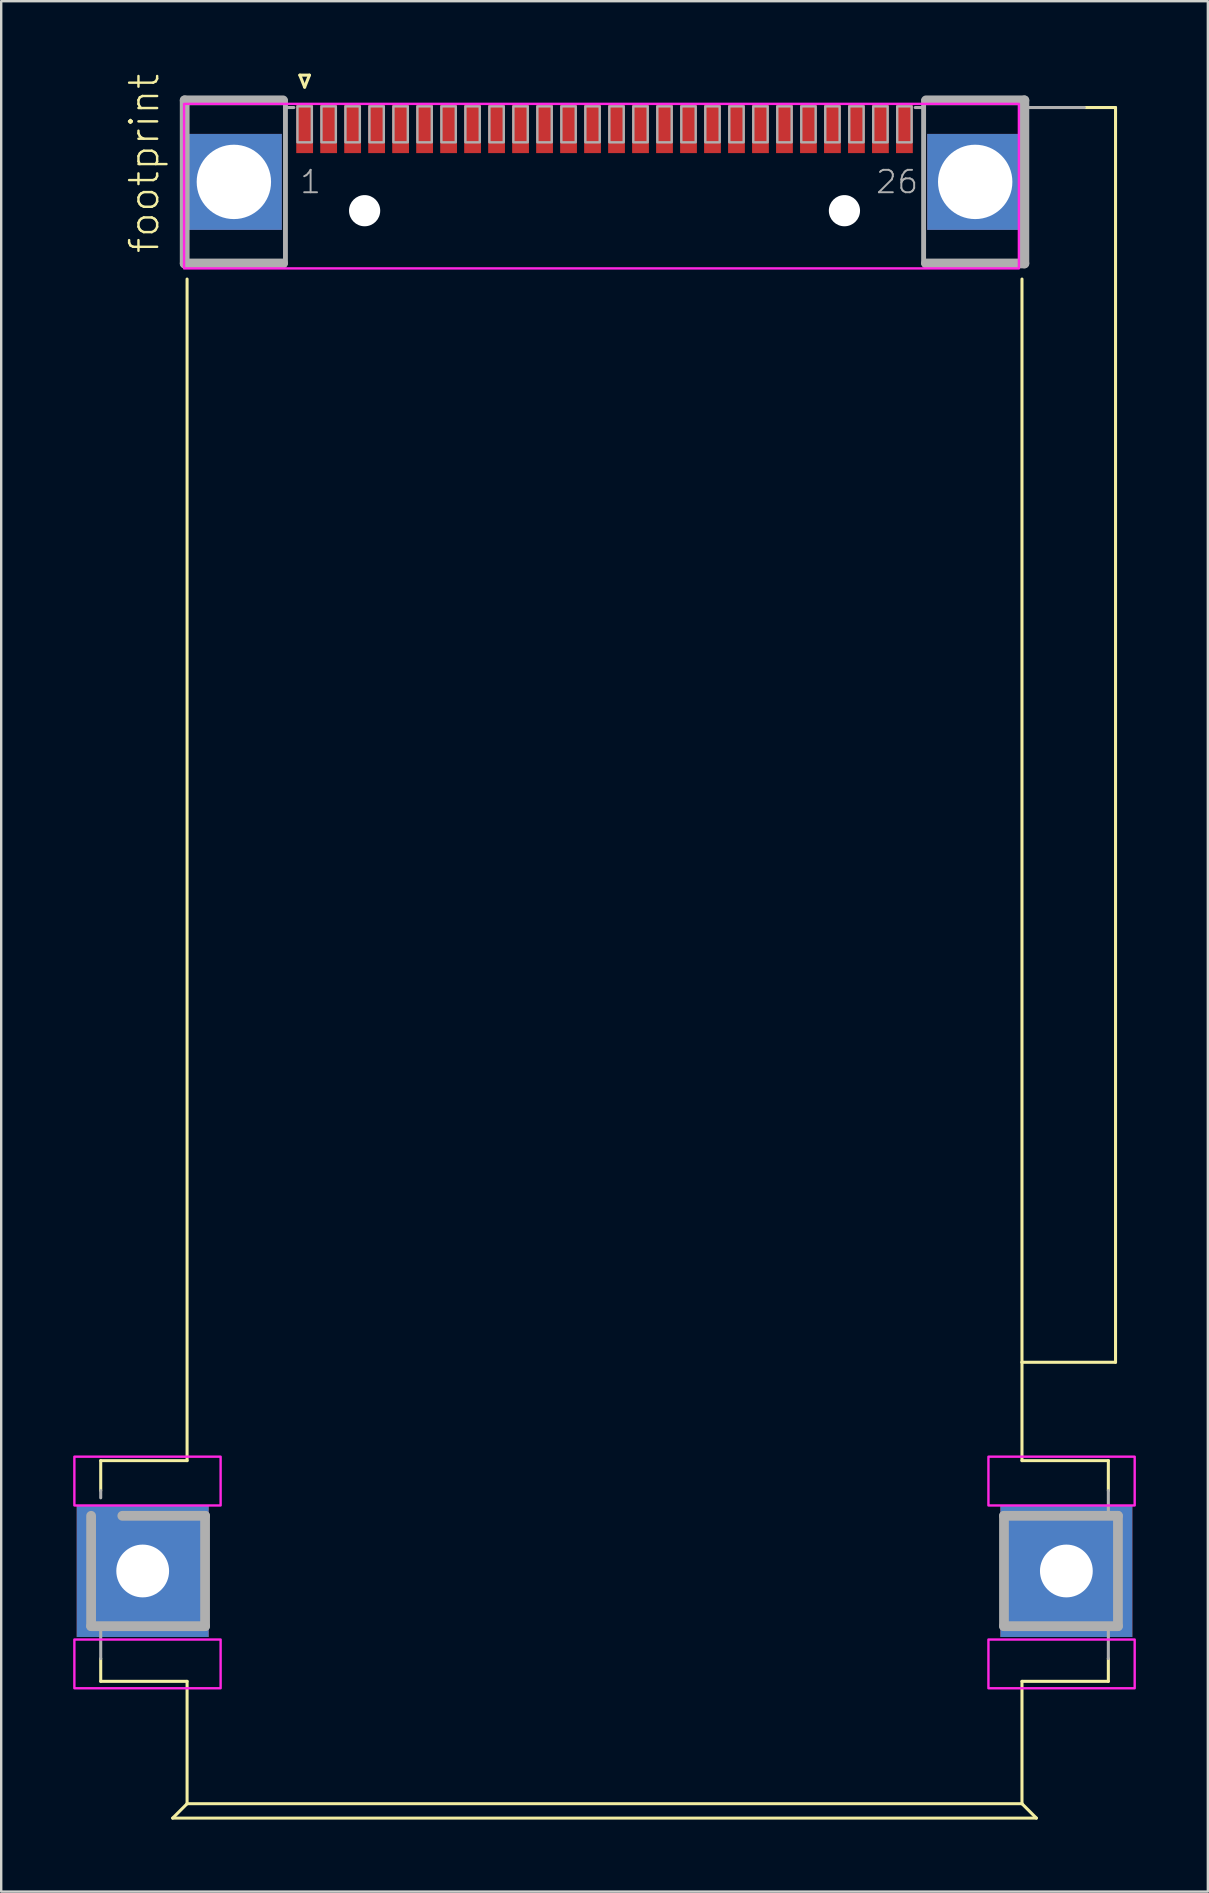
<source format=kicad_pcb>
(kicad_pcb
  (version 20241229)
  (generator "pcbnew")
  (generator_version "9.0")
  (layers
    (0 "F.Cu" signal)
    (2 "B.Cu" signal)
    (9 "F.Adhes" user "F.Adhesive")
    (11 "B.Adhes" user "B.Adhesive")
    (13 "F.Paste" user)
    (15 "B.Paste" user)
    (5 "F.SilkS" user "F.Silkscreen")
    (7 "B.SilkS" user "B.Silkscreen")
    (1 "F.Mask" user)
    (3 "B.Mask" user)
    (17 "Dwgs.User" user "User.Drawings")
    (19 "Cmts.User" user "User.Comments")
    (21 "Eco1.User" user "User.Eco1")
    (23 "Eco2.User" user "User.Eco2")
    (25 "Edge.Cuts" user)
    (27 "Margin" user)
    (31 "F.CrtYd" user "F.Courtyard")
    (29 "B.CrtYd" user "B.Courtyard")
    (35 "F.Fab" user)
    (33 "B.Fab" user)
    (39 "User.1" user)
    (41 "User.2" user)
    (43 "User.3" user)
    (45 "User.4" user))
  (footprint "footprint"
    (layer "F.Cu")
    (at 22.148 4.582)
    (property "Reference" "footprint" (at -18.5 3 90) (layer "F.SilkS") (effects (font (size 1.168 1.168) (thickness 0.102)) (justify left bottom)))
    (fp_line (start -21 53.25) (end -17.4 53.25) (stroke (width 0.127) (type solid)) (layer "F.SilkS"))
    (fp_line (start -21 54.5) (end -21 53.25) (stroke (width 0.127) (type solid)) (layer "F.SilkS"))
    (fp_line (start -21 61.5) (end -21 62.45) (stroke (width 0.127) (type solid)) (layer "F.SilkS"))
    (fp_line (start -21 62.45) (end -17.4 62.45) (stroke (width 0.127) (type solid)) (layer "F.SilkS"))
    (fp_line (start -18 68.15) (end -17.4 67.55) (stroke (width 0.127) (type solid)) (layer "F.SilkS"))
    (fp_line (start -17.4 4) (end -17.4 53.25) (stroke (width 0.127) (type solid)) (layer "F.SilkS"))
    (fp_line (start -17.4 62.45) (end -17.4 67.55) (stroke (width 0.127) (type solid)) (layer "F.SilkS"))
    (fp_line (start -12.7 -4.5) (end -12.3 -4.5) (stroke (width 0.127) (type solid)) (layer "F.SilkS"))
    (fp_line (start -12.5 -4) (end -12.7 -4.5) (stroke (width 0.127) (type solid)) (layer "F.SilkS"))
    (fp_line (start -12.3 -4.5) (end -12.5 -4) (stroke (width 0.127) (type solid)) (layer "F.SilkS"))
    (fp_line (start 17.4 49.15) (end 17.4 4) (stroke (width 0.127) (type solid)) (layer "F.SilkS"))
    (fp_line (start 17.4 49.15) (end 21.3 49.15) (stroke (width 0.127) (type solid)) (layer "F.SilkS"))
    (fp_line (start 17.4 53.25) (end 17.4 49.15) (stroke (width 0.127) (type solid)) (layer "F.SilkS"))
    (fp_line (start 17.4 62.45) (end 17.4 67.55) (stroke (width 0.127) (type solid)) (layer "F.SilkS"))
    (fp_line (start 17.4 67.55) (end -17.4 67.55) (stroke (width 0.127) (type solid)) (layer "F.SilkS"))
    (fp_line (start 18 68.15) (end -18 68.15) (stroke (width 0.127) (type solid)) (layer "F.SilkS"))
    (fp_line (start 18 68.15) (end 17.4 67.55) (stroke (width 0.127) (type solid)) (layer "F.SilkS"))
    (fp_line (start 20 -3.15) (end 21.3 -3.15) (stroke (width 0.127) (type solid)) (layer "F.SilkS"))
    (fp_line (start 21 53.25) (end 17.4 53.25) (stroke (width 0.127) (type solid)) (layer "F.SilkS"))
    (fp_line (start 21 54.5) (end 21 53.25) (stroke (width 0.127) (type solid)) (layer "F.SilkS"))
    (fp_line (start 21 61.5) (end 21 62.45) (stroke (width 0.127) (type solid)) (layer "F.SilkS"))
    (fp_line (start 21 62.45) (end 17.4 62.45) (stroke (width 0.127) (type solid)) (layer "F.SilkS"))
    (fp_line (start 21.3 49.15) (end 21.3 -3.15) (stroke (width 0.127) (type solid)) (layer "F.SilkS"))
    (fp_poly (pts (xy -22.098 55.118) (xy -16.002 55.118) (xy -16.002 53.086) (xy -22.098 53.086)) (stroke (width 0.1) (type solid)) (fill no) (layer "F.CrtYd"))
    (fp_poly (pts (xy -22.098 62.738) (xy -16.002 62.738) (xy -16.002 60.706) (xy -22.098 60.706)) (stroke (width 0.1) (type solid)) (fill no) (layer "F.CrtYd"))
    (fp_poly (pts (xy -17.526 3.556) (xy 17.272 3.556) (xy 17.272 -3.302) (xy -17.526 -3.302)) (stroke (width 0.1) (type solid)) (fill no) (layer "F.CrtYd"))
    (fp_poly (pts (xy 16.002 55.118) (xy 22.098 55.118) (xy 22.098 53.086) (xy 16.002 53.086)) (stroke (width 0.1) (type solid)) (fill no) (layer "F.CrtYd"))
    (fp_poly (pts (xy 16.002 62.738) (xy 22.098 62.738) (xy 22.098 60.706) (xy 16.002 60.706)) (stroke (width 0.1) (type solid)) (fill no) (layer "F.CrtYd"))
    (fp_line (start -21.4 55.55) (end -21.4 60.15) (stroke (width 0.406) (type solid)) (layer "F.Fab"))
    (fp_line (start -21.4 60.15) (end -16.65 60.15) (stroke (width 0.406) (type solid)) (layer "F.Fab"))
    (fp_line (start -21 54.5) (end -21 54.8) (stroke (width 0.127) (type solid)) (layer "F.Fab"))
    (fp_line (start -21 61.5) (end -21 60.35) (stroke (width 0.127) (type solid)) (layer "F.Fab"))
    (fp_line (start -17.5 -3.45) (end -17.5 3.35) (stroke (width 0.406) (type solid)) (layer "F.Fab"))
    (fp_line (start -17.5 -3.45) (end -13.4 -3.45) (stroke (width 0.406) (type solid)) (layer "F.Fab"))
    (fp_line (start -17.5 3.35) (end -13.4 3.35) (stroke (width 0.406) (type solid)) (layer "F.Fab"))
    (fp_line (start -16.65 55.55) (end -20.1 55.55) (stroke (width 0.406) (type solid)) (layer "F.Fab"))
    (fp_line (start -16.65 60.15) (end -16.65 55.55) (stroke (width 0.406) (type solid)) (layer "F.Fab"))
    (fp_line (start -13.3 -3.45) (end -13.3 -3.15) (stroke (width 0.203) (type solid)) (layer "F.Fab"))
    (fp_line (start -13.3 -3.15) (end -13.3 3.35) (stroke (width 0.203) (type solid)) (layer "F.Fab"))
    (fp_line (start -12.95 -3.15) (end -13.3 -3.15) (stroke (width 0.127) (type solid)) (layer "F.Fab"))
    (fp_line (start 12.95 -3.15) (end 13.3 -3.15) (stroke (width 0.127) (type solid)) (layer "F.Fab"))
    (fp_line (start 13.3 -3.45) (end 13.3 -3.15) (stroke (width 0.203) (type solid)) (layer "F.Fab"))
    (fp_line (start 13.3 -3.15) (end 13.3 3.35) (stroke (width 0.203) (type solid)) (layer "F.Fab"))
    (fp_line (start 13.4 -3.45) (end 17.5 -3.45) (stroke (width 0.406) (type solid)) (layer "F.Fab"))
    (fp_line (start 16.65 55.55) (end 16.65 60.15) (stroke (width 0.406) (type solid)) (layer "F.Fab"))
    (fp_line (start 16.65 60.15) (end 21.4 60.15) (stroke (width 0.406) (type solid)) (layer "F.Fab"))
    (fp_line (start 17.5 -3.45) (end 17.5 -3.15) (stroke (width 0.406) (type solid)) (layer "F.Fab"))
    (fp_line (start 17.5 -3.15) (end 17.5 3.35) (stroke (width 0.406) (type solid)) (layer "F.Fab"))
    (fp_line (start 17.5 3.35) (end 13.4 3.35) (stroke (width 0.406) (type solid)) (layer "F.Fab"))
    (fp_line (start 20 -3.15) (end 17.5 -3.15) (stroke (width 0.127) (type solid)) (layer "F.Fab"))
    (fp_line (start 21 54.5) (end 21 55.35) (stroke (width 0.127) (type solid)) (layer "F.Fab"))
    (fp_line (start 21 61.5) (end 21 60.35) (stroke (width 0.127) (type solid)) (layer "F.Fab"))
    (fp_line (start 21.4 55.55) (end 16.65 55.55) (stroke (width 0.406) (type solid)) (layer "F.Fab"))
    (fp_line (start 21.4 60.15) (end 21.4 55.55) (stroke (width 0.406) (type solid)) (layer "F.Fab"))
    (fp_poly (pts (xy -12.8 -1.7) (xy -12.2 -1.7) (xy -12.2 -3.2) (xy -12.8 -3.2)) (stroke (width 0.1) (type solid)) (fill no) (layer "F.Fab"))
    (fp_poly (pts (xy -11.8 -1.7) (xy -11.2 -1.7) (xy -11.2 -3.2) (xy -11.8 -3.2)) (stroke (width 0.1) (type solid)) (fill no) (layer "F.Fab"))
    (fp_poly (pts (xy -10.8 -1.7) (xy -10.2 -1.7) (xy -10.2 -3.2) (xy -10.8 -3.2)) (stroke (width 0.1) (type solid)) (fill no) (layer "F.Fab"))
    (fp_poly (pts (xy -9.8 -1.7) (xy -9.2 -1.7) (xy -9.2 -3.2) (xy -9.8 -3.2)) (stroke (width 0.1) (type solid)) (fill no) (layer "F.Fab"))
    (fp_poly (pts (xy -8.8 -1.7) (xy -8.2 -1.7) (xy -8.2 -3.2) (xy -8.8 -3.2)) (stroke (width 0.1) (type solid)) (fill no) (layer "F.Fab"))
    (fp_poly (pts (xy -7.8 -1.7) (xy -7.2 -1.7) (xy -7.2 -3.2) (xy -7.8 -3.2)) (stroke (width 0.1) (type solid)) (fill no) (layer "F.Fab"))
    (fp_poly (pts (xy -6.8 -1.7) (xy -6.2 -1.7) (xy -6.2 -3.2) (xy -6.8 -3.2)) (stroke (width 0.1) (type solid)) (fill no) (layer "F.Fab"))
    (fp_poly (pts (xy -5.8 -1.7) (xy -5.2 -1.7) (xy -5.2 -3.2) (xy -5.8 -3.2)) (stroke (width 0.1) (type solid)) (fill no) (layer "F.Fab"))
    (fp_poly (pts (xy -4.8 -1.7) (xy -4.2 -1.7) (xy -4.2 -3.2) (xy -4.8 -3.2)) (stroke (width 0.1) (type solid)) (fill no) (layer "F.Fab"))
    (fp_poly (pts (xy -3.8 -1.7) (xy -3.2 -1.7) (xy -3.2 -3.2) (xy -3.8 -3.2)) (stroke (width 0.1) (type solid)) (fill no) (layer "F.Fab"))
    (fp_poly (pts (xy -2.8 -1.7) (xy -2.2 -1.7) (xy -2.2 -3.2) (xy -2.8 -3.2)) (stroke (width 0.1) (type solid)) (fill no) (layer "F.Fab"))
    (fp_poly (pts (xy -1.8 -1.7) (xy -1.2 -1.7) (xy -1.2 -3.2) (xy -1.8 -3.2)) (stroke (width 0.1) (type solid)) (fill no) (layer "F.Fab"))
    (fp_poly (pts (xy -0.8 -1.7) (xy -0.2 -1.7) (xy -0.2 -3.2) (xy -0.8 -3.2)) (stroke (width 0.1) (type solid)) (fill no) (layer "F.Fab"))
    (fp_poly (pts (xy 0.2 -1.7) (xy 0.8 -1.7) (xy 0.8 -3.2) (xy 0.2 -3.2)) (stroke (width 0.1) (type solid)) (fill no) (layer "F.Fab"))
    (fp_poly (pts (xy 1.2 -1.7) (xy 1.8 -1.7) (xy 1.8 -3.2) (xy 1.2 -3.2)) (stroke (width 0.1) (type solid)) (fill no) (layer "F.Fab"))
    (fp_poly (pts (xy 2.2 -1.7) (xy 2.8 -1.7) (xy 2.8 -3.2) (xy 2.2 -3.2)) (stroke (width 0.1) (type solid)) (fill no) (layer "F.Fab"))
    (fp_poly (pts (xy 3.2 -1.7) (xy 3.8 -1.7) (xy 3.8 -3.2) (xy 3.2 -3.2)) (stroke (width 0.1) (type solid)) (fill no) (layer "F.Fab"))
    (fp_poly (pts (xy 4.2 -1.7) (xy 4.8 -1.7) (xy 4.8 -3.2) (xy 4.2 -3.2)) (stroke (width 0.1) (type solid)) (fill no) (layer "F.Fab"))
    (fp_poly (pts (xy 5.2 -1.7) (xy 5.8 -1.7) (xy 5.8 -3.2) (xy 5.2 -3.2)) (stroke (width 0.1) (type solid)) (fill no) (layer "F.Fab"))
    (fp_poly (pts (xy 6.2 -1.7) (xy 6.8 -1.7) (xy 6.8 -3.2) (xy 6.2 -3.2)) (stroke (width 0.1) (type solid)) (fill no) (layer "F.Fab"))
    (fp_poly (pts (xy 7.2 -1.7) (xy 7.8 -1.7) (xy 7.8 -3.2) (xy 7.2 -3.2)) (stroke (width 0.1) (type solid)) (fill no) (layer "F.Fab"))
    (fp_poly (pts (xy 8.2 -1.7) (xy 8.8 -1.7) (xy 8.8 -3.2) (xy 8.2 -3.2)) (stroke (width 0.1) (type solid)) (fill no) (layer "F.Fab"))
    (fp_poly (pts (xy 9.2 -1.7) (xy 9.8 -1.7) (xy 9.8 -3.2) (xy 9.2 -3.2)) (stroke (width 0.1) (type solid)) (fill no) (layer "F.Fab"))
    (fp_poly (pts (xy 10.2 -1.7) (xy 10.8 -1.7) (xy 10.8 -3.2) (xy 10.2 -3.2)) (stroke (width 0.1) (type solid)) (fill no) (layer "F.Fab"))
    (fp_poly (pts (xy 11.2 -1.7) (xy 11.8 -1.7) (xy 11.8 -3.2) (xy 11.2 -3.2)) (stroke (width 0.1) (type solid)) (fill no) (layer "F.Fab"))
    (fp_poly (pts (xy 12.2 -1.7) (xy 12.8 -1.7) (xy 12.8 -3.2) (xy 12.2 -3.2)) (stroke (width 0.1) (type solid)) (fill no) (layer "F.Fab"))
    (fp_text user "26" (at 11.25 0.5 0) (layer "F.Fab") (effects (font (size 0.935 0.935) (thickness 0.081)) (justify left bottom)))
    (fp_text user "1" (at -12.75 0.5 0) (layer "F.Fab") (effects (font (size 0.935 0.935) (thickness 0.081)) (justify left bottom)))
    (pad "" np_thru_hole circle (at -10 1.15) (size 1.3 1.3) (drill 1.3) (layers "*.Cu" "*.Mask"))
    (pad "" np_thru_hole circle (at 10 1.15) (size 1.3 1.3) (drill 1.3) (layers "*.Cu" "*.Mask"))
    (pad "1" smd rect (at -12.5 -2.25 90) (size 2 0.7) (layers "F.Cu" "F.Mask" "F.Paste"))
    (pad "2" smd rect (at -11.5 -2.25 90) (size 2 0.7) (layers "F.Cu" "F.Mask" "F.Paste"))
    (pad "3" smd rect (at -10.5 -2.25 90) (size 2 0.7) (layers "F.Cu" "F.Mask" "F.Paste"))
    (pad "4" smd rect (at -9.5 -2.25 90) (size 2 0.7) (layers "F.Cu" "F.Mask" "F.Paste"))
    (pad "5" smd rect (at -8.5 -2.25 90) (size 2 0.7) (layers "F.Cu" "F.Mask" "F.Paste"))
    (pad "6" smd rect (at -7.5 -2.25 90) (size 2 0.7) (layers "F.Cu" "F.Mask" "F.Paste"))
    (pad "7" smd rect (at -6.5 -2.25 90) (size 2 0.7) (layers "F.Cu" "F.Mask" "F.Paste"))
    (pad "8" smd rect (at -5.5 -2.25 90) (size 2 0.7) (layers "F.Cu" "F.Mask" "F.Paste"))
    (pad "9" smd rect (at -4.5 -2.25 90) (size 2 0.7) (layers "F.Cu" "F.Mask" "F.Paste"))
    (pad "10" smd rect (at -3.5 -2.25 90) (size 2 0.7) (layers "F.Cu" "F.Mask" "F.Paste"))
    (pad "11" smd rect (at -2.5 -2.25 90) (size 2 0.7) (layers "F.Cu" "F.Mask" "F.Paste"))
    (pad "12" smd rect (at -1.5 -2.25 90) (size 2 0.7) (layers "F.Cu" "F.Mask" "F.Paste"))
    (pad "13" smd rect (at -0.5 -2.25 90) (size 2 0.7) (layers "F.Cu" "F.Mask" "F.Paste"))
    (pad "14" smd rect (at 0.5 -2.25 90) (size 2 0.7) (layers "F.Cu" "F.Mask" "F.Paste"))
    (pad "15" smd rect (at 1.5 -2.25 90) (size 2 0.7) (layers "F.Cu" "F.Mask" "F.Paste"))
    (pad "16" smd rect (at 2.5 -2.25 90) (size 2 0.7) (layers "F.Cu" "F.Mask" "F.Paste"))
    (pad "17" smd rect (at 3.5 -2.25 90) (size 2 0.7) (layers "F.Cu" "F.Mask" "F.Paste"))
    (pad "18" smd rect (at 4.5 -2.25 90) (size 2 0.7) (layers "F.Cu" "F.Mask" "F.Paste"))
    (pad "19" smd rect (at 5.5 -2.25 90) (size 2 0.7) (layers "F.Cu" "F.Mask" "F.Paste"))
    (pad "20" smd rect (at 6.5 -2.25 90) (size 2 0.7) (layers "F.Cu" "F.Mask" "F.Paste"))
    (pad "21" smd rect (at 7.5 -2.25 90) (size 2 0.7) (layers "F.Cu" "F.Mask" "F.Paste"))
    (pad "22" smd rect (at 8.5 -2.25 90) (size 2 0.7) (layers "F.Cu" "F.Mask" "F.Paste"))
    (pad "23" smd rect (at 9.5 -2.25 90) (size 2 0.7) (layers "F.Cu" "F.Mask" "F.Paste"))
    (pad "24" smd rect (at 10.5 -2.25 90) (size 2 0.7) (layers "F.Cu" "F.Mask" "F.Paste"))
    (pad "25" smd rect (at 11.5 -2.25 90) (size 2 0.7) (layers "F.Cu" "F.Mask" "F.Paste"))
    (pad "26" smd rect (at 12.5 -2.25 90) (size 2 0.7) (layers "F.Cu" "F.Mask" "F.Paste"))
    (pad "G1" thru_hole rect (at -15.45 -0.05) (size 4 4) (drill 3.1) (layers "*.Cu" "*.Mask"))
    (pad "G2" thru_hole rect (at 15.45 -0.05) (size 4 4) (drill 3.1) (layers "*.Cu" "*.Mask"))
    (pad "G3" thru_hole rect (at -19.25 57.85) (size 5.5 5.5) (drill 2.2) (layers "*.Cu" "*.Mask"))
    (pad "G4" thru_hole rect (at 19.25 57.85) (size 5.5 5.5) (drill 2.2) (layers "*.Cu" "*.Mask")))
  (gr_rect
    (start -3 -3)
    (end 47.296 75.796)
    (stroke (width 0.1) (type default))
    (fill no)
    (layer "Edge.Cuts")))
</source>
